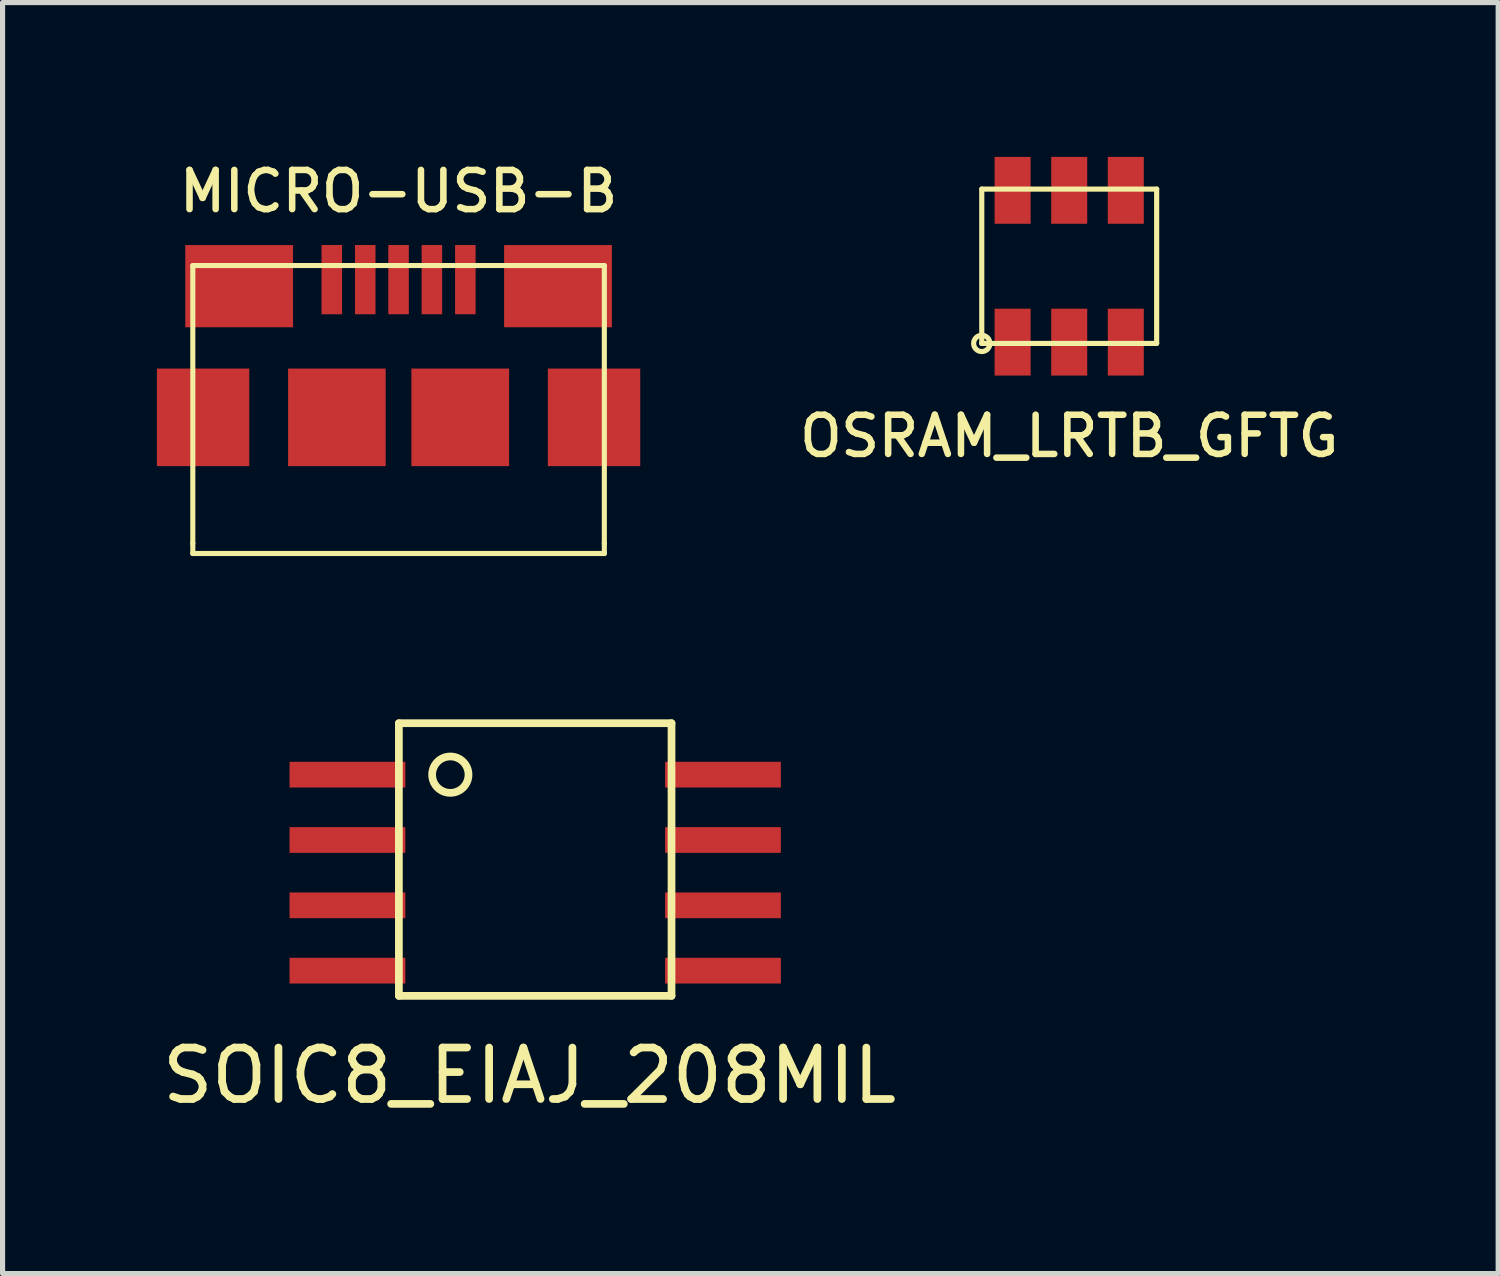
<source format=kicad_pcb>
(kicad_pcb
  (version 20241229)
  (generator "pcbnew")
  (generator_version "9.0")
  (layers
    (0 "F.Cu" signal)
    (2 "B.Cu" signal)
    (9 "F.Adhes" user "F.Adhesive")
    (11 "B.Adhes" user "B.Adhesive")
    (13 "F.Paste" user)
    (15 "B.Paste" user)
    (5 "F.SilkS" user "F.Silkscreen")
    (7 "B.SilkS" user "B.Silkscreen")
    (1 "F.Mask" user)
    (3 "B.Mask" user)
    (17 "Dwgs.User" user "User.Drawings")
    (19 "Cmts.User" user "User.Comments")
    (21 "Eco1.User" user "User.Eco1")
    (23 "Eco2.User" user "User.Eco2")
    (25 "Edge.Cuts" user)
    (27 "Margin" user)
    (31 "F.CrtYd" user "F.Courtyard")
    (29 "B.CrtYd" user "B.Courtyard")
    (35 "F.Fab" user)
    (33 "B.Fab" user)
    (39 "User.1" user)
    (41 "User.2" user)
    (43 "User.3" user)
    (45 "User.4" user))
  (footprint "OSRAM_LRTB_GFTG"
    (layer "F.Cu")
    (at 17.735 2.126)
    (property "Reference" "OSRAM_LRTB_GFTG" (at 0 3.302 0) (layer "F.SilkS") (effects (font (size 0.762 0.762) (thickness 0.127))))
    (attr through_hole)
    (fp_line (start -1.7 -1.5) (end 1.7 -1.5) (stroke (width 0.1) (type solid)) (layer "F.SilkS"))
    (fp_line (start -1.7 1.5) (end -1.7 -1.5) (stroke (width 0.1) (type solid)) (layer "F.SilkS"))
    (fp_line (start 1.7 -1.5) (end 1.7 1.5) (stroke (width 0.1) (type solid)) (layer "F.SilkS"))
    (fp_line (start 1.7 1.5) (end -1.7 1.5) (stroke (width 0.1) (type solid)) (layer "F.SilkS"))
    (fp_circle (center -1.7 1.5) (end -1.65 1.65) (stroke (width 0.1) (type solid)) (fill no) (layer "F.SilkS"))
    (pad "1" smd rect (at -1.1 1.475) (size 0.7 1.3) (layers "F.Cu" "F.Mask" "F.Paste"))
    (pad "2" smd rect (at 0 1.475) (size 0.7 1.3) (layers "F.Cu" "F.Mask" "F.Paste"))
    (pad "3" smd rect (at 1.1 1.475) (size 0.7 1.3) (layers "F.Cu" "F.Mask" "F.Paste"))
    (pad "4" smd rect (at 1.1 -1.476) (size 0.7 1.3) (layers "F.Cu" "F.Mask" "F.Paste"))
    (pad "5" smd rect (at 0 -1.476) (size 0.7 1.3) (layers "F.Cu" "F.Mask" "F.Paste"))
    (pad "6" smd rect (at -1.1 -1.476) (size 0.7 1.3) (layers "F.Cu" "F.Mask" "F.Paste")))
  (footprint "MICRO-USB-B"
    (layer "F.Cu")
    (at 4.698 6.511)
    (property "Reference" "MICRO-USB-B" (at 0 -5.842 0) (layer "F.SilkS") (effects (font (size 0.762 0.762) (thickness 0.127))))
    (attr through_hole)
    (fp_line (start -4 -4.399) (end 4 -4.399) (stroke (width 0.099) (type solid)) (layer "F.SilkS"))
    (fp_line (start -4 1.001) (end -4 -4.399) (stroke (width 0.099) (type solid)) (layer "F.SilkS"))
    (fp_line (start -4 1.001) (end -4 1.199) (stroke (width 0.099) (type solid)) (layer "F.SilkS"))
    (fp_line (start 4 -4.399) (end 4 1.001) (stroke (width 0.099) (type solid)) (layer "F.SilkS"))
    (fp_line (start 4 1.001) (end 4 1.199) (stroke (width 0.099) (type solid)) (layer "F.SilkS"))
    (fp_line (start 4 1.199) (end -4 1.199) (stroke (width 0.099) (type solid)) (layer "F.SilkS"))
    (pad "" smd rect (at -3.8 -1.448) (size 1.796 1.897) (layers "F.Cu" "F.Mask" "F.Paste"))
    (pad "" smd rect (at -3.099 -3.998) (size 2.095 1.598) (layers "F.Cu" "F.Mask" "F.Paste"))
    (pad "" smd rect (at -1.199 -1.448) (size 1.897 1.897) (layers "F.Cu" "F.Mask" "F.Paste"))
    (pad "" smd rect (at 1.199 -1.448) (size 1.9 1.897) (layers "F.Cu" "F.Mask" "F.Paste"))
    (pad "" smd rect (at 3.099 -3.998) (size 2.095 1.598) (layers "F.Cu" "F.Mask" "F.Paste"))
    (pad "" smd rect (at 3.8 -1.448) (size 1.796 1.897) (layers "F.Cu" "F.Mask" "F.Paste"))
    (pad "1" smd rect (at -1.298 -4.125) (size 0.399 1.346) (layers "F.Cu" "F.Mask" "F.Paste"))
    (pad "2" smd rect (at -0.648 -4.125) (size 0.399 1.346) (layers "F.Cu" "F.Mask" "F.Paste"))
    (pad "3" smd rect (at 0 -4.125) (size 0.399 1.346) (layers "F.Cu" "F.Mask" "F.Paste"))
    (pad "4" smd rect (at 0.648 -4.125) (size 0.399 1.346) (layers "F.Cu" "F.Mask" "F.Paste"))
    (pad "5" smd rect (at 1.298 -4.125) (size 0.399 1.346) (layers "F.Cu" "F.Mask" "F.Paste")))
  (footprint "SOIC8_EIAJ_208MIL"
    (layer "F.Cu")
    (at 4.704 11.009)
    (property "Reference" "SOIC8_EIAJ_208MIL" (at 2.54 6.85 0) (layer "F.SilkS") (effects (font (size 1 1) (thickness 0.15))))
    (attr through_hole)
    (fp_line (start 0 0) (end 0 5.3) (stroke (width 0.15) (type solid)) (layer "F.SilkS"))
    (fp_line (start 0 0) (end 5.3 0) (stroke (width 0.15) (type solid)) (layer "F.SilkS"))
    (fp_line (start 0 5.3) (end 5.3 5.3) (stroke (width 0.15) (type solid)) (layer "F.SilkS"))
    (fp_line (start 5.3 0) (end 5.3 5.3) (stroke (width 0.15) (type solid)) (layer "F.SilkS"))
    (fp_circle (center 1 1) (end 0.75 0.75) (stroke (width 0.15) (type solid)) (fill no) (layer "F.SilkS"))
    (pad "1" smd rect (at -1 1) (size 2.25 0.5) (layers "F.Cu" "F.Mask" "F.Paste"))
    (pad "2" smd rect (at -1 2.27) (size 2.25 0.5) (layers "F.Cu" "F.Mask" "F.Paste"))
    (pad "3" smd rect (at -1 3.54) (size 2.25 0.5) (layers "F.Cu" "F.Mask" "F.Paste"))
    (pad "4" smd rect (at -1 4.81) (size 2.25 0.5) (layers "F.Cu" "F.Mask" "F.Paste"))
    (pad "5" smd rect (at 6.3 4.81) (size 2.25 0.5) (layers "F.Cu" "F.Mask" "F.Paste"))
    (pad "6" smd rect (at 6.3 3.54) (size 2.25 0.5) (layers "F.Cu" "F.Mask" "F.Paste"))
    (pad "7" smd rect (at 6.3 2.27) (size 2.25 0.5) (layers "F.Cu" "F.Mask" "F.Paste"))
    (pad "8" smd rect (at 6.3 1) (size 2.25 0.5) (layers "F.Cu" "F.Mask" "F.Paste")))
  (gr_rect
    (start -3 -3)
    (end 26.074 21.707)
    (stroke (width 0.1) (type default))
    (fill no)
    (layer "Edge.Cuts")))
</source>
